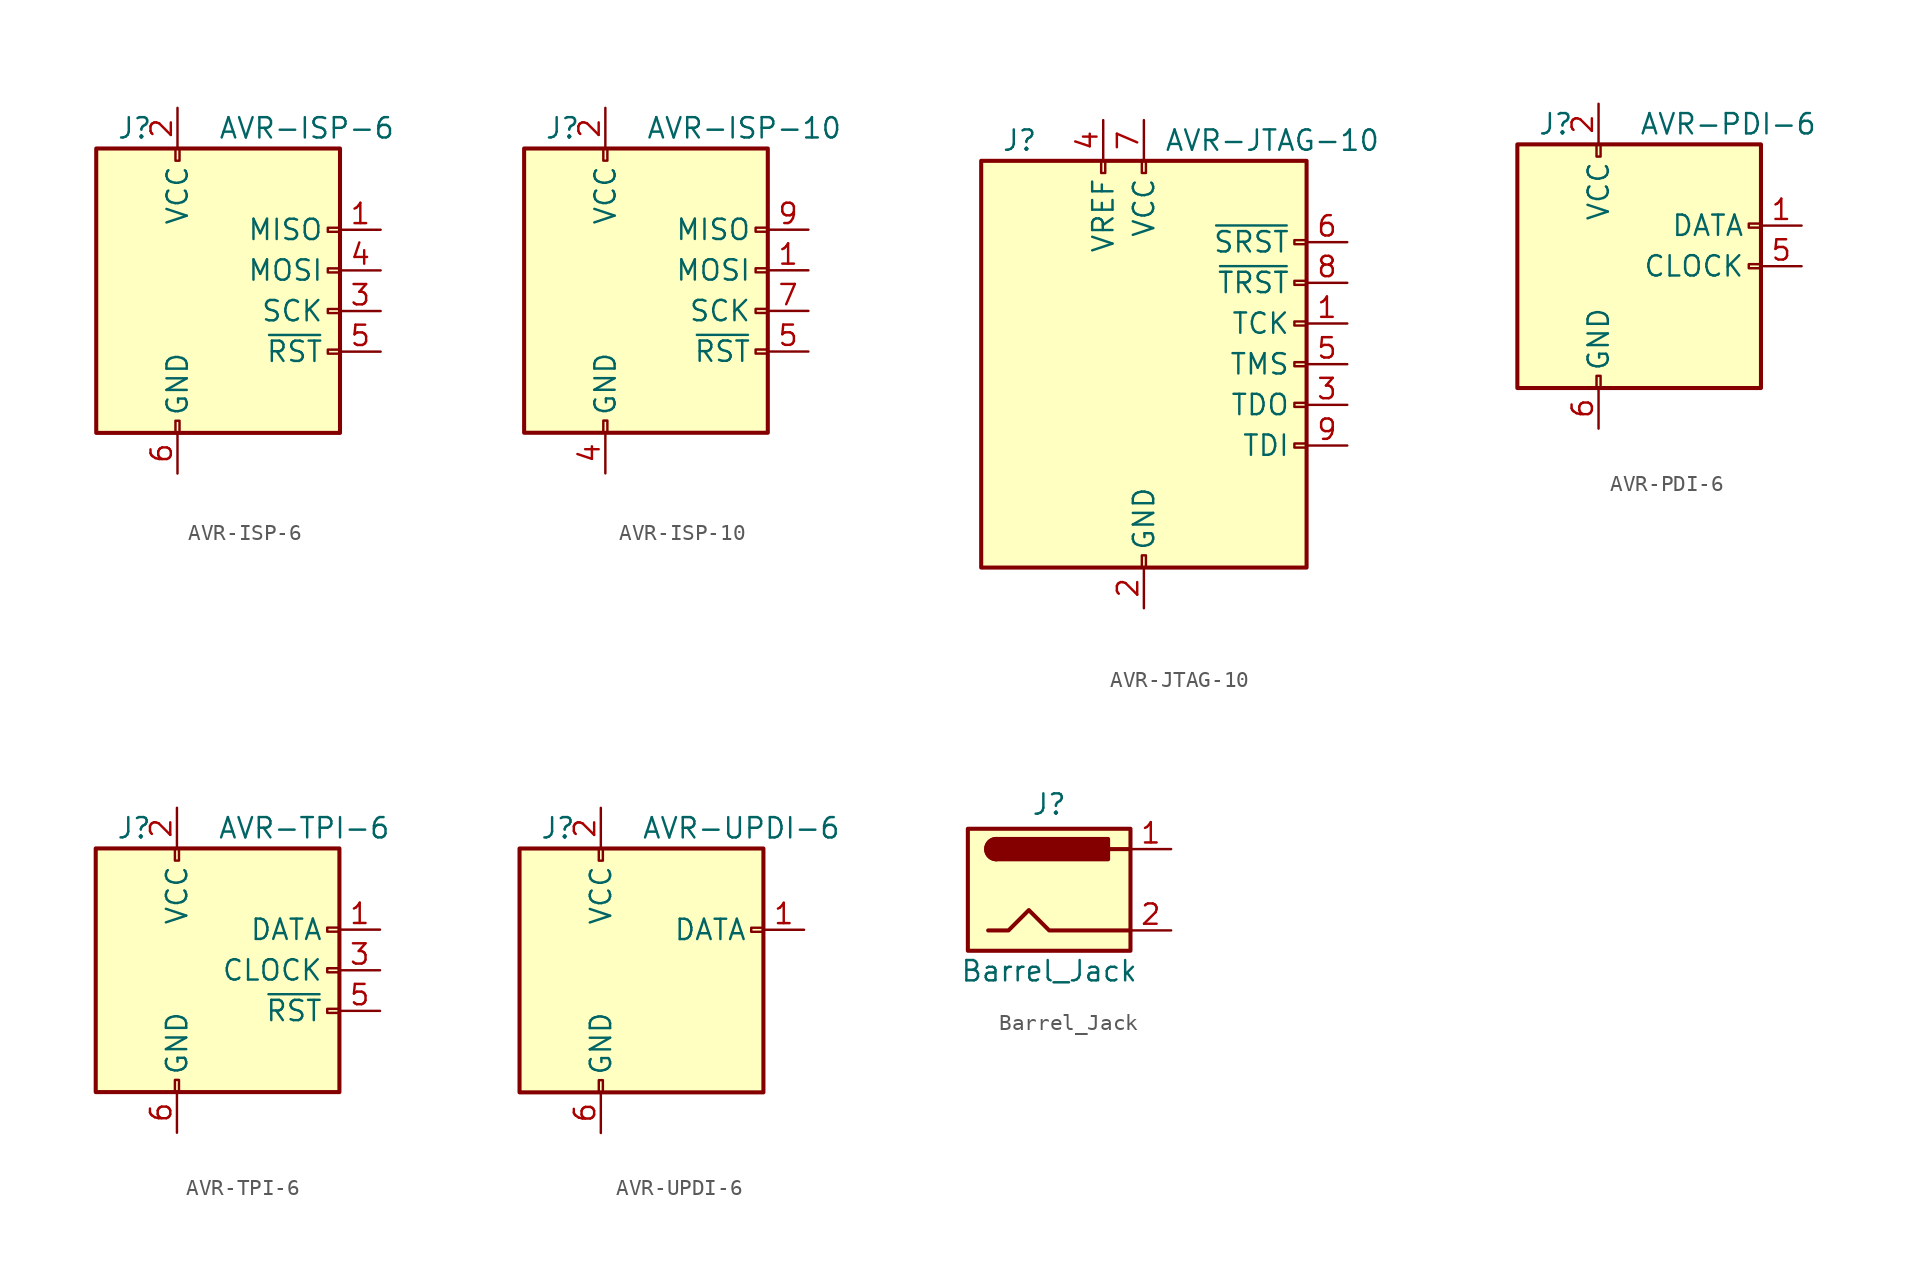
<source format=kicad_sym>
(kicad_symbol_lib
  (version 20201005)
  (generator kicad_symbol_editor)
  (symbol "Connector:AVR-ISP-6"
    (pin_names
      (offset 1.016))
    (property "Reference" "J"
      (at -6.35 11.43 0)
      (effects (font (size 1.27 1.27)) (justify left)))
    (property "Value" "AVR-ISP-6"
      (at 0 11.43 0)
      (effects (font (size 1.27 1.27)) (justify left)))
    (symbol "AVR-ISP-6_0_1"
      (rectangle (start -2.667 -6.858) (end -2.413 -7.62) (stroke (width 0)) (fill (type none)))
      (rectangle (start -2.667 10.16) (end -2.413 9.398) (stroke (width 0)) (fill (type none)))
      (rectangle (start 7.62 -2.413) (end 6.858 -2.667) (stroke (width 0)) (fill (type none)))
      (rectangle (start 7.62 0.127) (end 6.858 -0.127) (stroke (width 0)) (fill (type none)))
      (rectangle (start 7.62 2.667) (end 6.858 2.413) (stroke (width 0)) (fill (type none)))
      (rectangle (start 7.62 5.207) (end 6.858 4.953) (stroke (width 0)) (fill (type none)))
      (rectangle (start 7.62 10.16) (end -7.62 -7.62) (stroke (width 0.254)) (fill (type background))))
    (symbol "AVR-ISP-6_1_1"
      (pin passive line (at 10.16 5.08 180) (length 2.54) (name "MISO" (effects (font (size 1.27 1.27)))) (number "1" (effects (font (size 1.27 1.27)))))
      (pin passive line (at -2.54 12.7 270) (length 2.54) (name "VCC" (effects (font (size 1.27 1.27)))) (number "2" (effects (font (size 1.27 1.27)))))
      (pin passive line (at 10.16 0 180) (length 2.54) (name "SCK" (effects (font (size 1.27 1.27)))) (number "3" (effects (font (size 1.27 1.27)))))
      (pin passive line (at 10.16 2.54 180) (length 2.54) (name "MOSI" (effects (font (size 1.27 1.27)))) (number "4" (effects (font (size 1.27 1.27)))))
      (pin passive line (at 10.16 -2.54 180) (length 2.54) (name "~RST" (effects (font (size 1.27 1.27)))) (number "5" (effects (font (size 1.27 1.27)))))
      (pin passive line (at -2.54 -10.16 90) (length 2.54) (name "GND" (effects (font (size 1.27 1.27)))) (number "6" (effects (font (size 1.27 1.27)))))))
  (symbol "Connector:AVR-ISP-10"
    (pin_names
      (offset 1.016))
    (property "Reference" "J"
      (at -6.35 11.43 0)
      (effects (font (size 1.27 1.27)) (justify left)))
    (property "Value" "AVR-ISP-10"
      (at 0 11.43 0)
      (effects (font (size 1.27 1.27)) (justify left)))
    (symbol "AVR-ISP-10_0_1"
      (rectangle (start -2.667 -6.858) (end -2.413 -7.62) (stroke (width 0)) (fill (type none)))
      (rectangle (start -2.667 10.16) (end -2.413 9.398) (stroke (width 0)) (fill (type none)))
      (rectangle (start 7.62 -2.413) (end 6.858 -2.667) (stroke (width 0)) (fill (type none)))
      (rectangle (start 7.62 0.127) (end 6.858 -0.127) (stroke (width 0)) (fill (type none)))
      (rectangle (start 7.62 2.667) (end 6.858 2.413) (stroke (width 0)) (fill (type none)))
      (rectangle (start 7.62 5.207) (end 6.858 4.953) (stroke (width 0)) (fill (type none)))
      (rectangle (start 7.62 10.16) (end -7.62 -7.62) (stroke (width 0.254)) (fill (type background))))
    (symbol "AVR-ISP-10_1_1"
      (pin passive line (at 10.16 2.54 180) (length 2.54) (name "MOSI" (effects (font (size 1.27 1.27)))) (number "1" (effects (font (size 1.27 1.27)))))
      (pin passive line (at -2.54 -10.16 90) (length 2.54) hide (name "GND" (effects (font (size 1.27 1.27)))) (number "10" (effects (font (size 1.27 1.27)))))
      (pin passive line (at -2.54 12.7 270) (length 2.54) (name "VCC" (effects (font (size 1.27 1.27)))) (number "2" (effects (font (size 1.27 1.27)))))
      (pin no_connect line (at 7.62 -5.08 180) (length 2.54) hide (name "NC" (effects (font (size 1.27 1.27)))) (number "3" (effects (font (size 1.27 1.27)))))
      (pin passive line (at -2.54 -10.16 90) (length 2.54) (name "GND" (effects (font (size 1.27 1.27)))) (number "4" (effects (font (size 1.27 1.27)))))
      (pin passive line (at 10.16 -2.54 180) (length 2.54) (name "~RST" (effects (font (size 1.27 1.27)))) (number "5" (effects (font (size 1.27 1.27)))))
      (pin passive line (at -2.54 -10.16 90) (length 2.54) hide (name "GND" (effects (font (size 1.27 1.27)))) (number "6" (effects (font (size 1.27 1.27)))))
      (pin passive line (at 10.16 0 180) (length 2.54) (name "SCK" (effects (font (size 1.27 1.27)))) (number "7" (effects (font (size 1.27 1.27)))))
      (pin passive line (at -2.54 -10.16 90) (length 2.54) hide (name "GND" (effects (font (size 1.27 1.27)))) (number "8" (effects (font (size 1.27 1.27)))))
      (pin passive line (at 10.16 5.08 180) (length 2.54) (name "MISO" (effects (font (size 1.27 1.27)))) (number "9" (effects (font (size 1.27 1.27)))))))
  (symbol "Connector:AVR-JTAG-10"
    (pin_names
      (offset 1.016))
    (property "Reference" "J"
      (at -8.89 13.97 0)
      (effects (font (size 1.27 1.27)) (justify left)))
    (property "Value" "AVR-JTAG-10"
      (at 1.27 13.97 0)
      (effects (font (size 1.27 1.27)) (justify left)))
    (symbol "AVR-JTAG-10_0_1"
      (rectangle (start -2.667 12.7) (end -2.413 11.938) (stroke (width 0)) (fill (type none)))
      (rectangle (start -0.127 -11.938) (end 0.127 -12.7) (stroke (width 0)) (fill (type none)))
      (rectangle (start -0.127 12.7) (end 0.127 11.938) (stroke (width 0)) (fill (type none)))
      (rectangle (start 10.16 -4.953) (end 9.398 -5.207) (stroke (width 0)) (fill (type none)))
      (rectangle (start 10.16 -2.413) (end 9.398 -2.667) (stroke (width 0)) (fill (type none)))
      (rectangle (start 10.16 0.127) (end 9.398 -0.127) (stroke (width 0)) (fill (type none)))
      (rectangle (start 10.16 2.667) (end 9.398 2.413) (stroke (width 0)) (fill (type none)))
      (rectangle (start 10.16 5.207) (end 9.398 4.953) (stroke (width 0)) (fill (type none)))
      (rectangle (start 10.16 7.747) (end 9.398 7.493) (stroke (width 0)) (fill (type none)))
      (rectangle (start 10.16 12.7) (end -10.16 -12.7) (stroke (width 0.254)) (fill (type background))))
    (symbol "AVR-JTAG-10_1_1"
      (pin passive line (at 12.7 2.54 180) (length 2.54) (name "TCK" (effects (font (size 1.27 1.27)))) (number "1" (effects (font (size 1.27 1.27)))))
      (pin passive line (at 0 -15.24 90) (length 2.54) hide (name "GND" (effects (font (size 1.27 1.27)))) (number "10" (effects (font (size 1.27 1.27)))))
      (pin passive line (at 0 -15.24 90) (length 2.54) (name "GND" (effects (font (size 1.27 1.27)))) (number "2" (effects (font (size 1.27 1.27)))))
      (pin passive line (at 12.7 -2.54 180) (length 2.54) (name "TDO" (effects (font (size 1.27 1.27)))) (number "3" (effects (font (size 1.27 1.27)))))
      (pin passive line (at -2.54 15.24 270) (length 2.54) (name "VREF" (effects (font (size 1.27 1.27)))) (number "4" (effects (font (size 1.27 1.27)))))
      (pin passive line (at 12.7 0 180) (length 2.54) (name "TMS" (effects (font (size 1.27 1.27)))) (number "5" (effects (font (size 1.27 1.27)))))
      (pin passive line (at 12.7 7.62 180) (length 2.54) (name "~SRST" (effects (font (size 1.27 1.27)))) (number "6" (effects (font (size 1.27 1.27)))))
      (pin passive line (at 0 15.24 270) (length 2.54) (name "VCC" (effects (font (size 1.27 1.27)))) (number "7" (effects (font (size 1.27 1.27)))))
      (pin passive line (at 12.7 5.08 180) (length 2.54) (name "~TRST" (effects (font (size 1.27 1.27)))) (number "8" (effects (font (size 1.27 1.27)))))
      (pin passive line (at 12.7 -5.08 180) (length 2.54) (name "TDI" (effects (font (size 1.27 1.27)))) (number "9" (effects (font (size 1.27 1.27)))))))
  (symbol "Connector:AVR-PDI-6"
    (pin_names
      (offset 1.016))
    (property "Reference" "J"
      (at -6.35 8.89 0)
      (effects (font (size 1.27 1.27)) (justify left)))
    (property "Value" "AVR-PDI-6"
      (at 0 8.89 0)
      (effects (font (size 1.27 1.27)) (justify left)))
    (symbol "AVR-PDI-6_0_1"
      (rectangle (start -2.667 -6.858) (end -2.413 -7.62) (stroke (width 0)) (fill (type none)))
      (rectangle (start -2.667 7.62) (end -2.413 6.858) (stroke (width 0)) (fill (type none)))
      (rectangle (start 7.62 0.127) (end 6.858 -0.127) (stroke (width 0)) (fill (type none)))
      (rectangle (start 7.62 2.667) (end 6.858 2.413) (stroke (width 0)) (fill (type none)))
      (rectangle (start 7.62 7.62) (end -7.62 -7.62) (stroke (width 0.254)) (fill (type background))))
    (symbol "AVR-PDI-6_1_1"
      (pin passive line (at 10.16 2.54 180) (length 2.54) (name "DATA" (effects (font (size 1.27 1.27)))) (number "1" (effects (font (size 1.27 1.27)))))
      (pin passive line (at -2.54 10.16 270) (length 2.54) (name "VCC" (effects (font (size 1.27 1.27)))) (number "2" (effects (font (size 1.27 1.27)))))
      (pin no_connect line (at 7.62 -2.54 180) (length 2.54) hide (name "NC" (effects (font (size 1.27 1.27)))) (number "3" (effects (font (size 1.27 1.27)))))
      (pin no_connect line (at 7.62 -5.08 180) (length 2.54) hide (name "NC" (effects (font (size 1.27 1.27)))) (number "4" (effects (font (size 1.27 1.27)))))
      (pin passive line (at 10.16 0 180) (length 2.54) (name "CLOCK" (effects (font (size 1.27 1.27)))) (number "5" (effects (font (size 1.27 1.27)))))
      (pin passive line (at -2.54 -10.16 90) (length 2.54) (name "GND" (effects (font (size 1.27 1.27)))) (number "6" (effects (font (size 1.27 1.27)))))))
  (symbol "Connector:AVR-TPI-6"
    (pin_names
      (offset 1.016))
    (property "Reference" "J"
      (at -6.35 8.89 0)
      (effects (font (size 1.27 1.27)) (justify left)))
    (property "Value" "AVR-TPI-6"
      (at 0 8.89 0)
      (effects (font (size 1.27 1.27)) (justify left)))
    (symbol "AVR-TPI-6_0_1"
      (rectangle (start -2.667 -6.858) (end -2.413 -7.62) (stroke (width 0)) (fill (type none)))
      (rectangle (start -2.667 7.62) (end -2.413 6.858) (stroke (width 0)) (fill (type none)))
      (rectangle (start 7.62 -2.413) (end 6.858 -2.667) (stroke (width 0)) (fill (type none)))
      (rectangle (start 7.62 0.127) (end 6.858 -0.127) (stroke (width 0)) (fill (type none)))
      (rectangle (start 7.62 2.667) (end 6.858 2.413) (stroke (width 0)) (fill (type none)))
      (rectangle (start 7.62 7.62) (end -7.62 -7.62) (stroke (width 0.254)) (fill (type background))))
    (symbol "AVR-TPI-6_1_1"
      (pin passive line (at 10.16 2.54 180) (length 2.54) (name "DATA" (effects (font (size 1.27 1.27)))) (number "1" (effects (font (size 1.27 1.27)))))
      (pin passive line (at -2.54 10.16 270) (length 2.54) (name "VCC" (effects (font (size 1.27 1.27)))) (number "2" (effects (font (size 1.27 1.27)))))
      (pin passive line (at 10.16 0 180) (length 2.54) (name "CLOCK" (effects (font (size 1.27 1.27)))) (number "3" (effects (font (size 1.27 1.27)))))
      (pin no_connect line (at 7.62 -5.08 180) (length 2.54) hide (name "NC" (effects (font (size 1.27 1.27)))) (number "4" (effects (font (size 1.27 1.27)))))
      (pin passive line (at 10.16 -2.54 180) (length 2.54) (name "~RST" (effects (font (size 1.27 1.27)))) (number "5" (effects (font (size 1.27 1.27)))))
      (pin passive line (at -2.54 -10.16 90) (length 2.54) (name "GND" (effects (font (size 1.27 1.27)))) (number "6" (effects (font (size 1.27 1.27)))))))
  (symbol "Connector:AVR-UPDI-6"
    (pin_names
      (offset 1.016))
    (property "Reference" "J"
      (at -6.35 8.89 0)
      (effects (font (size 1.27 1.27)) (justify left)))
    (property "Value" "AVR-UPDI-6"
      (at 0 8.89 0)
      (effects (font (size 1.27 1.27)) (justify left)))
    (symbol "AVR-UPDI-6_0_1"
      (rectangle (start -2.667 -6.858) (end -2.413 -7.62) (stroke (width 0)) (fill (type none)))
      (rectangle (start -2.667 7.62) (end -2.413 6.858) (stroke (width 0)) (fill (type none)))
      (rectangle (start 7.62 2.667) (end 6.858 2.413) (stroke (width 0)) (fill (type none)))
      (rectangle (start 7.62 7.62) (end -7.62 -7.62) (stroke (width 0.254)) (fill (type background))))
    (symbol "AVR-UPDI-6_1_1"
      (pin passive line (at 10.16 2.54 180) (length 2.54) (name "DATA" (effects (font (size 1.27 1.27)))) (number "1" (effects (font (size 1.27 1.27)))))
      (pin passive line (at -2.54 10.16 270) (length 2.54) (name "VCC" (effects (font (size 1.27 1.27)))) (number "2" (effects (font (size 1.27 1.27)))))
      (pin no_connect line (at 7.62 0 180) (length 2.54) hide (name "NC" (effects (font (size 1.27 1.27)))) (number "3" (effects (font (size 1.27 1.27)))))
      (pin no_connect line (at 7.62 -2.54 180) (length 2.54) hide (name "NC" (effects (font (size 1.27 1.27)))) (number "4" (effects (font (size 1.27 1.27)))))
      (pin no_connect line (at 7.62 -5.08 180) (length 2.54) hide (name "NC" (effects (font (size 1.27 1.27)))) (number "5" (effects (font (size 1.27 1.27)))))
      (pin passive line (at -2.54 -10.16 90) (length 2.54) (name "GND" (effects (font (size 1.27 1.27)))) (number "6" (effects (font (size 1.27 1.27)))))))
  (symbol "Connector:Barrel_Jack"
    (pin_names
      (offset 1.016))
    (property "Reference" "J"
      (at 0 5.334 0)
      (effects (font (size 1.27 1.27))))
    (property "Value" "Barrel_Jack"
      (at 0 -5.08 0)
      (effects (font (size 1.27 1.27))))
    (symbol "Barrel_Jack_0_1"
      (arc (start -3.302 3.175) (end -3.302 1.905) (radius (at -3.302 2.54) (length 0.635) (angles 90.1 -90.1)) (stroke (width 0.254)) (fill (type outline)))
      (arc (start -3.302 3.175) (end -3.302 1.905) (radius (at -3.302 2.54) (length 0.635) (angles 90.1 -90.1)) (stroke (width 0.254)) (fill (type none)))
      (rectangle (start -5.08 3.81) (end 5.08 -3.81) (stroke (width 0.254)) (fill (type background)))
      (rectangle (start 3.683 3.175) (end -3.302 1.905) (stroke (width 0.254)) (fill (type outline)))
      (polyline (pts (xy 5.08 2.54) (xy 3.81 2.54)) (stroke (width 0.254)) (fill (type none)))
      (polyline (pts (xy -3.81 -2.54) (xy -2.54 -2.54) (xy -1.27 -1.27) (xy 0 -2.54) (xy 2.54 -2.54) (xy 5.08 -2.54)) (stroke (width 0.254)) (fill (type none))))
    (symbol "Barrel_Jack_1_1"
      (pin passive line (at 7.62 2.54 180) (length 2.54) (name "~" (effects (font (size 1.27 1.27)))) (number "1" (effects (font (size 1.27 1.27)))))
      (pin passive line (at 7.62 -2.54 180) (length 2.54) (name "~" (effects (font (size 1.27 1.27)))) (number "2" (effects (font (size 1.27 1.27))))))))
</source>
